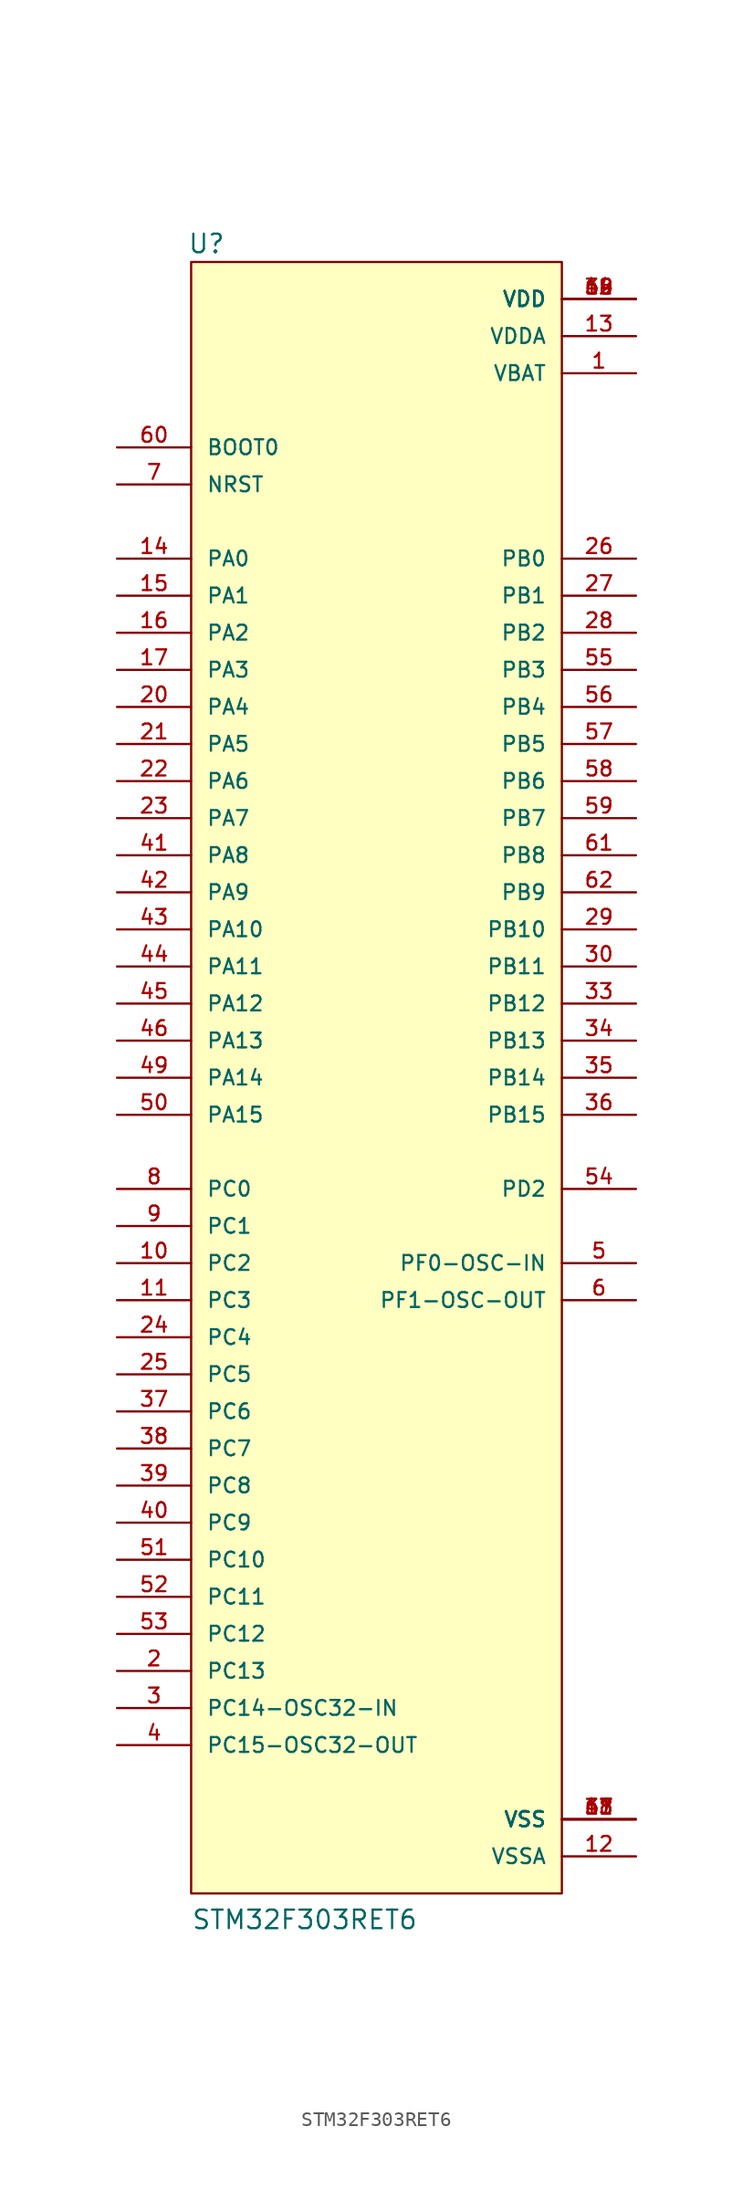
<source format=kicad_sym>
(kicad_symbol_lib
  (version 20211014)
  (generator kicad_symbol_editor)
  (symbol "STM32F303RET6"
    (pin_names
      (offset 1.016))
    (property "Reference" "U"
      (at -12.954 56.388 0)
      (effects (font (size 1.27 1.27)) (justify bottom left)))
    (property "Value" "STM32F303RET6"
      (at -12.7 -58.42 0)
      (effects (font (size 1.27 1.27)) (justify bottom left)))
    (symbol "STM32F303RET6_0_0"
      (rectangle (start -12.7 -55.88) (end 12.7 55.88) (stroke (width 0.152)) (fill (type background)))
      (pin power_in line (at 17.78 48.26 180.0) (length 5.08) (name "VBAT" (effects (font (size 1.016 1.016)))) (number "1" (effects (font (size 1.016 1.016)))))
      (pin bidirectional line (at -17.78 -40.64 0) (length 5.08) (name "PC13" (effects (font (size 1.016 1.016)))) (number "2" (effects (font (size 1.016 1.016)))))
      (pin bidirectional line (at -17.78 -43.18 0) (length 5.08) (name "PC14-OSC32-IN" (effects (font (size 1.016 1.016)))) (number "3" (effects (font (size 1.016 1.016)))))
      (pin bidirectional line (at -17.78 -45.72 0) (length 5.08) (name "PC15-OSC32-OUT" (effects (font (size 1.016 1.016)))) (number "4" (effects (font (size 1.016 1.016)))))
      (pin bidirectional line (at 17.78 -12.7 180.0) (length 5.08) (name "PF0-OSC-IN" (effects (font (size 1.016 1.016)))) (number "5" (effects (font (size 1.016 1.016)))))
      (pin bidirectional line (at 17.78 -15.24 180.0) (length 5.08) (name "PF1-OSC-OUT" (effects (font (size 1.016 1.016)))) (number "6" (effects (font (size 1.016 1.016)))))
      (pin bidirectional line (at -17.78 40.64 0) (length 5.08) (name "NRST" (effects (font (size 1.016 1.016)))) (number "7" (effects (font (size 1.016 1.016)))))
      (pin bidirectional line (at -17.78 -7.62 0) (length 5.08) (name "PC0" (effects (font (size 1.016 1.016)))) (number "8" (effects (font (size 1.016 1.016)))))
      (pin bidirectional line (at -17.78 -10.16 0) (length 5.08) (name "PC1" (effects (font (size 1.016 1.016)))) (number "9" (effects (font (size 1.016 1.016)))))
      (pin bidirectional line (at -17.78 -12.7 0) (length 5.08) (name "PC2" (effects (font (size 1.016 1.016)))) (number "10" (effects (font (size 1.016 1.016)))))
      (pin bidirectional line (at -17.78 -15.24 0) (length 5.08) (name "PC3" (effects (font (size 1.016 1.016)))) (number "11" (effects (font (size 1.016 1.016)))))
      (pin power_in line (at 17.78 -53.34 180.0) (length 5.08) (name "VSSA" (effects (font (size 1.016 1.016)))) (number "12" (effects (font (size 1.016 1.016)))))
      (pin power_in line (at 17.78 50.8 180.0) (length 5.08) (name "VDDA" (effects (font (size 1.016 1.016)))) (number "13" (effects (font (size 1.016 1.016)))))
      (pin bidirectional line (at -17.78 35.56 0) (length 5.08) (name "PA0" (effects (font (size 1.016 1.016)))) (number "14" (effects (font (size 1.016 1.016)))))
      (pin power_in line (at 17.78 -50.8 180.0) (length 5.08) (name "VSS" (effects (font (size 1.016 1.016)))) (number "18" (effects (font (size 1.016 1.016)))))
      (pin power_in line (at 17.78 -50.8 180.0) (length 5.08) (name "VSS" (effects (font (size 1.016 1.016)))) (number "31" (effects (font (size 1.016 1.016)))))
      (pin power_in line (at 17.78 -50.8 180.0) (length 5.08) (name "VSS" (effects (font (size 1.016 1.016)))) (number "47" (effects (font (size 1.016 1.016)))))
      (pin power_in line (at 17.78 -50.8 180.0) (length 5.08) (name "VSS" (effects (font (size 1.016 1.016)))) (number "63" (effects (font (size 1.016 1.016)))))
      (pin power_in line (at 17.78 53.34 180.0) (length 5.08) (name "VDD" (effects (font (size 1.016 1.016)))) (number "19" (effects (font (size 1.016 1.016)))))
      (pin power_in line (at 17.78 53.34 180.0) (length 5.08) (name "VDD" (effects (font (size 1.016 1.016)))) (number "32" (effects (font (size 1.016 1.016)))))
      (pin power_in line (at 17.78 53.34 180.0) (length 5.08) (name "VDD" (effects (font (size 1.016 1.016)))) (number "48" (effects (font (size 1.016 1.016)))))
      (pin power_in line (at 17.78 53.34 180.0) (length 5.08) (name "VDD" (effects (font (size 1.016 1.016)))) (number "64" (effects (font (size 1.016 1.016)))))
      (pin bidirectional line (at -17.78 -17.78 0) (length 5.08) (name "PC4" (effects (font (size 1.016 1.016)))) (number "24" (effects (font (size 1.016 1.016)))))
      (pin bidirectional line (at -17.78 -20.32 0) (length 5.08) (name "PC5" (effects (font (size 1.016 1.016)))) (number "25" (effects (font (size 1.016 1.016)))))
      (pin bidirectional line (at 17.78 35.56 180.0) (length 5.08) (name "PB0" (effects (font (size 1.016 1.016)))) (number "26" (effects (font (size 1.016 1.016)))))
      (pin bidirectional line (at -17.78 -22.86 0) (length 5.08) (name "PC6" (effects (font (size 1.016 1.016)))) (number "37" (effects (font (size 1.016 1.016)))))
      (pin bidirectional line (at -17.78 -25.4 0) (length 5.08) (name "PC7" (effects (font (size 1.016 1.016)))) (number "38" (effects (font (size 1.016 1.016)))))
      (pin bidirectional line (at -17.78 -27.94 0) (length 5.08) (name "PC8" (effects (font (size 1.016 1.016)))) (number "39" (effects (font (size 1.016 1.016)))))
      (pin bidirectional line (at -17.78 -30.48 0) (length 5.08) (name "PC9" (effects (font (size 1.016 1.016)))) (number "40" (effects (font (size 1.016 1.016)))))
      (pin bidirectional line (at -17.78 -33.02 0) (length 5.08) (name "PC10" (effects (font (size 1.016 1.016)))) (number "51" (effects (font (size 1.016 1.016)))))
      (pin bidirectional line (at -17.78 -35.56 0) (length 5.08) (name "PC11" (effects (font (size 1.016 1.016)))) (number "52" (effects (font (size 1.016 1.016)))))
      (pin bidirectional line (at -17.78 -38.1 0) (length 5.08) (name "PC12" (effects (font (size 1.016 1.016)))) (number "53" (effects (font (size 1.016 1.016)))))
      (pin bidirectional line (at 17.78 -7.62 180.0) (length 5.08) (name "PD2" (effects (font (size 1.016 1.016)))) (number "54" (effects (font (size 1.016 1.016)))))
      (pin input line (at -17.78 43.18 0) (length 5.08) (name "BOOT0" (effects (font (size 1.016 1.016)))) (number "60" (effects (font (size 1.016 1.016)))))
      (pin bidirectional line (at -17.78 33.02 0) (length 5.08) (name "PA1" (effects (font (size 1.016 1.016)))) (number "15" (effects (font (size 1.016 1.016)))))
      (pin bidirectional line (at -17.78 30.48 0) (length 5.08) (name "PA2" (effects (font (size 1.016 1.016)))) (number "16" (effects (font (size 1.016 1.016)))))
      (pin bidirectional line (at -17.78 27.94 0) (length 5.08) (name "PA3" (effects (font (size 1.016 1.016)))) (number "17" (effects (font (size 1.016 1.016)))))
      (pin bidirectional line (at -17.78 25.4 0) (length 5.08) (name "PA4" (effects (font (size 1.016 1.016)))) (number "20" (effects (font (size 1.016 1.016)))))
      (pin bidirectional line (at -17.78 22.86 0) (length 5.08) (name "PA5" (effects (font (size 1.016 1.016)))) (number "21" (effects (font (size 1.016 1.016)))))
      (pin bidirectional line (at -17.78 20.32 0) (length 5.08) (name "PA6" (effects (font (size 1.016 1.016)))) (number "22" (effects (font (size 1.016 1.016)))))
      (pin bidirectional line (at -17.78 17.78 0) (length 5.08) (name "PA7" (effects (font (size 1.016 1.016)))) (number "23" (effects (font (size 1.016 1.016)))))
      (pin bidirectional line (at -17.78 15.24 0) (length 5.08) (name "PA8" (effects (font (size 1.016 1.016)))) (number "41" (effects (font (size 1.016 1.016)))))
      (pin bidirectional line (at -17.78 12.7 0) (length 5.08) (name "PA9" (effects (font (size 1.016 1.016)))) (number "42" (effects (font (size 1.016 1.016)))))
      (pin bidirectional line (at -17.78 10.16 0) (length 5.08) (name "PA10" (effects (font (size 1.016 1.016)))) (number "43" (effects (font (size 1.016 1.016)))))
      (pin bidirectional line (at -17.78 7.62 0) (length 5.08) (name "PA11" (effects (font (size 1.016 1.016)))) (number "44" (effects (font (size 1.016 1.016)))))
      (pin bidirectional line (at -17.78 5.08 0) (length 5.08) (name "PA12" (effects (font (size 1.016 1.016)))) (number "45" (effects (font (size 1.016 1.016)))))
      (pin bidirectional line (at -17.78 2.54 0) (length 5.08) (name "PA13" (effects (font (size 1.016 1.016)))) (number "46" (effects (font (size 1.016 1.016)))))
      (pin bidirectional line (at -17.78 0.0 0) (length 5.08) (name "PA14" (effects (font (size 1.016 1.016)))) (number "49" (effects (font (size 1.016 1.016)))))
      (pin bidirectional line (at -17.78 -2.54 0) (length 5.08) (name "PA15" (effects (font (size 1.016 1.016)))) (number "50" (effects (font (size 1.016 1.016)))))
      (pin bidirectional line (at 17.78 33.02 180.0) (length 5.08) (name "PB1" (effects (font (size 1.016 1.016)))) (number "27" (effects (font (size 1.016 1.016)))))
      (pin bidirectional line (at 17.78 30.48 180.0) (length 5.08) (name "PB2" (effects (font (size 1.016 1.016)))) (number "28" (effects (font (size 1.016 1.016)))))
      (pin bidirectional line (at 17.78 27.94 180.0) (length 5.08) (name "PB3" (effects (font (size 1.016 1.016)))) (number "55" (effects (font (size 1.016 1.016)))))
      (pin bidirectional line (at 17.78 25.4 180.0) (length 5.08) (name "PB4" (effects (font (size 1.016 1.016)))) (number "56" (effects (font (size 1.016 1.016)))))
      (pin bidirectional line (at 17.78 22.86 180.0) (length 5.08) (name "PB5" (effects (font (size 1.016 1.016)))) (number "57" (effects (font (size 1.016 1.016)))))
      (pin bidirectional line (at 17.78 20.32 180.0) (length 5.08) (name "PB6" (effects (font (size 1.016 1.016)))) (number "58" (effects (font (size 1.016 1.016)))))
      (pin bidirectional line (at 17.78 17.78 180.0) (length 5.08) (name "PB7" (effects (font (size 1.016 1.016)))) (number "59" (effects (font (size 1.016 1.016)))))
      (pin bidirectional line (at 17.78 15.24 180.0) (length 5.08) (name "PB8" (effects (font (size 1.016 1.016)))) (number "61" (effects (font (size 1.016 1.016)))))
      (pin bidirectional line (at 17.78 12.7 180.0) (length 5.08) (name "PB9" (effects (font (size 1.016 1.016)))) (number "62" (effects (font (size 1.016 1.016)))))
      (pin bidirectional line (at 17.78 10.16 180.0) (length 5.08) (name "PB10" (effects (font (size 1.016 1.016)))) (number "29" (effects (font (size 1.016 1.016)))))
      (pin bidirectional line (at 17.78 7.62 180.0) (length 5.08) (name "PB11" (effects (font (size 1.016 1.016)))) (number "30" (effects (font (size 1.016 1.016)))))
      (pin bidirectional line (at 17.78 5.08 180.0) (length 5.08) (name "PB12" (effects (font (size 1.016 1.016)))) (number "33" (effects (font (size 1.016 1.016)))))
      (pin bidirectional line (at 17.78 2.54 180.0) (length 5.08) (name "PB13" (effects (font (size 1.016 1.016)))) (number "34" (effects (font (size 1.016 1.016)))))
      (pin bidirectional line (at 17.78 0.0 180.0) (length 5.08) (name "PB14" (effects (font (size 1.016 1.016)))) (number "35" (effects (font (size 1.016 1.016)))))
      (pin bidirectional line (at 17.78 -2.54 180.0) (length 5.08) (name "PB15" (effects (font (size 1.016 1.016)))) (number "36" (effects (font (size 1.016 1.016))))))))
</source>
